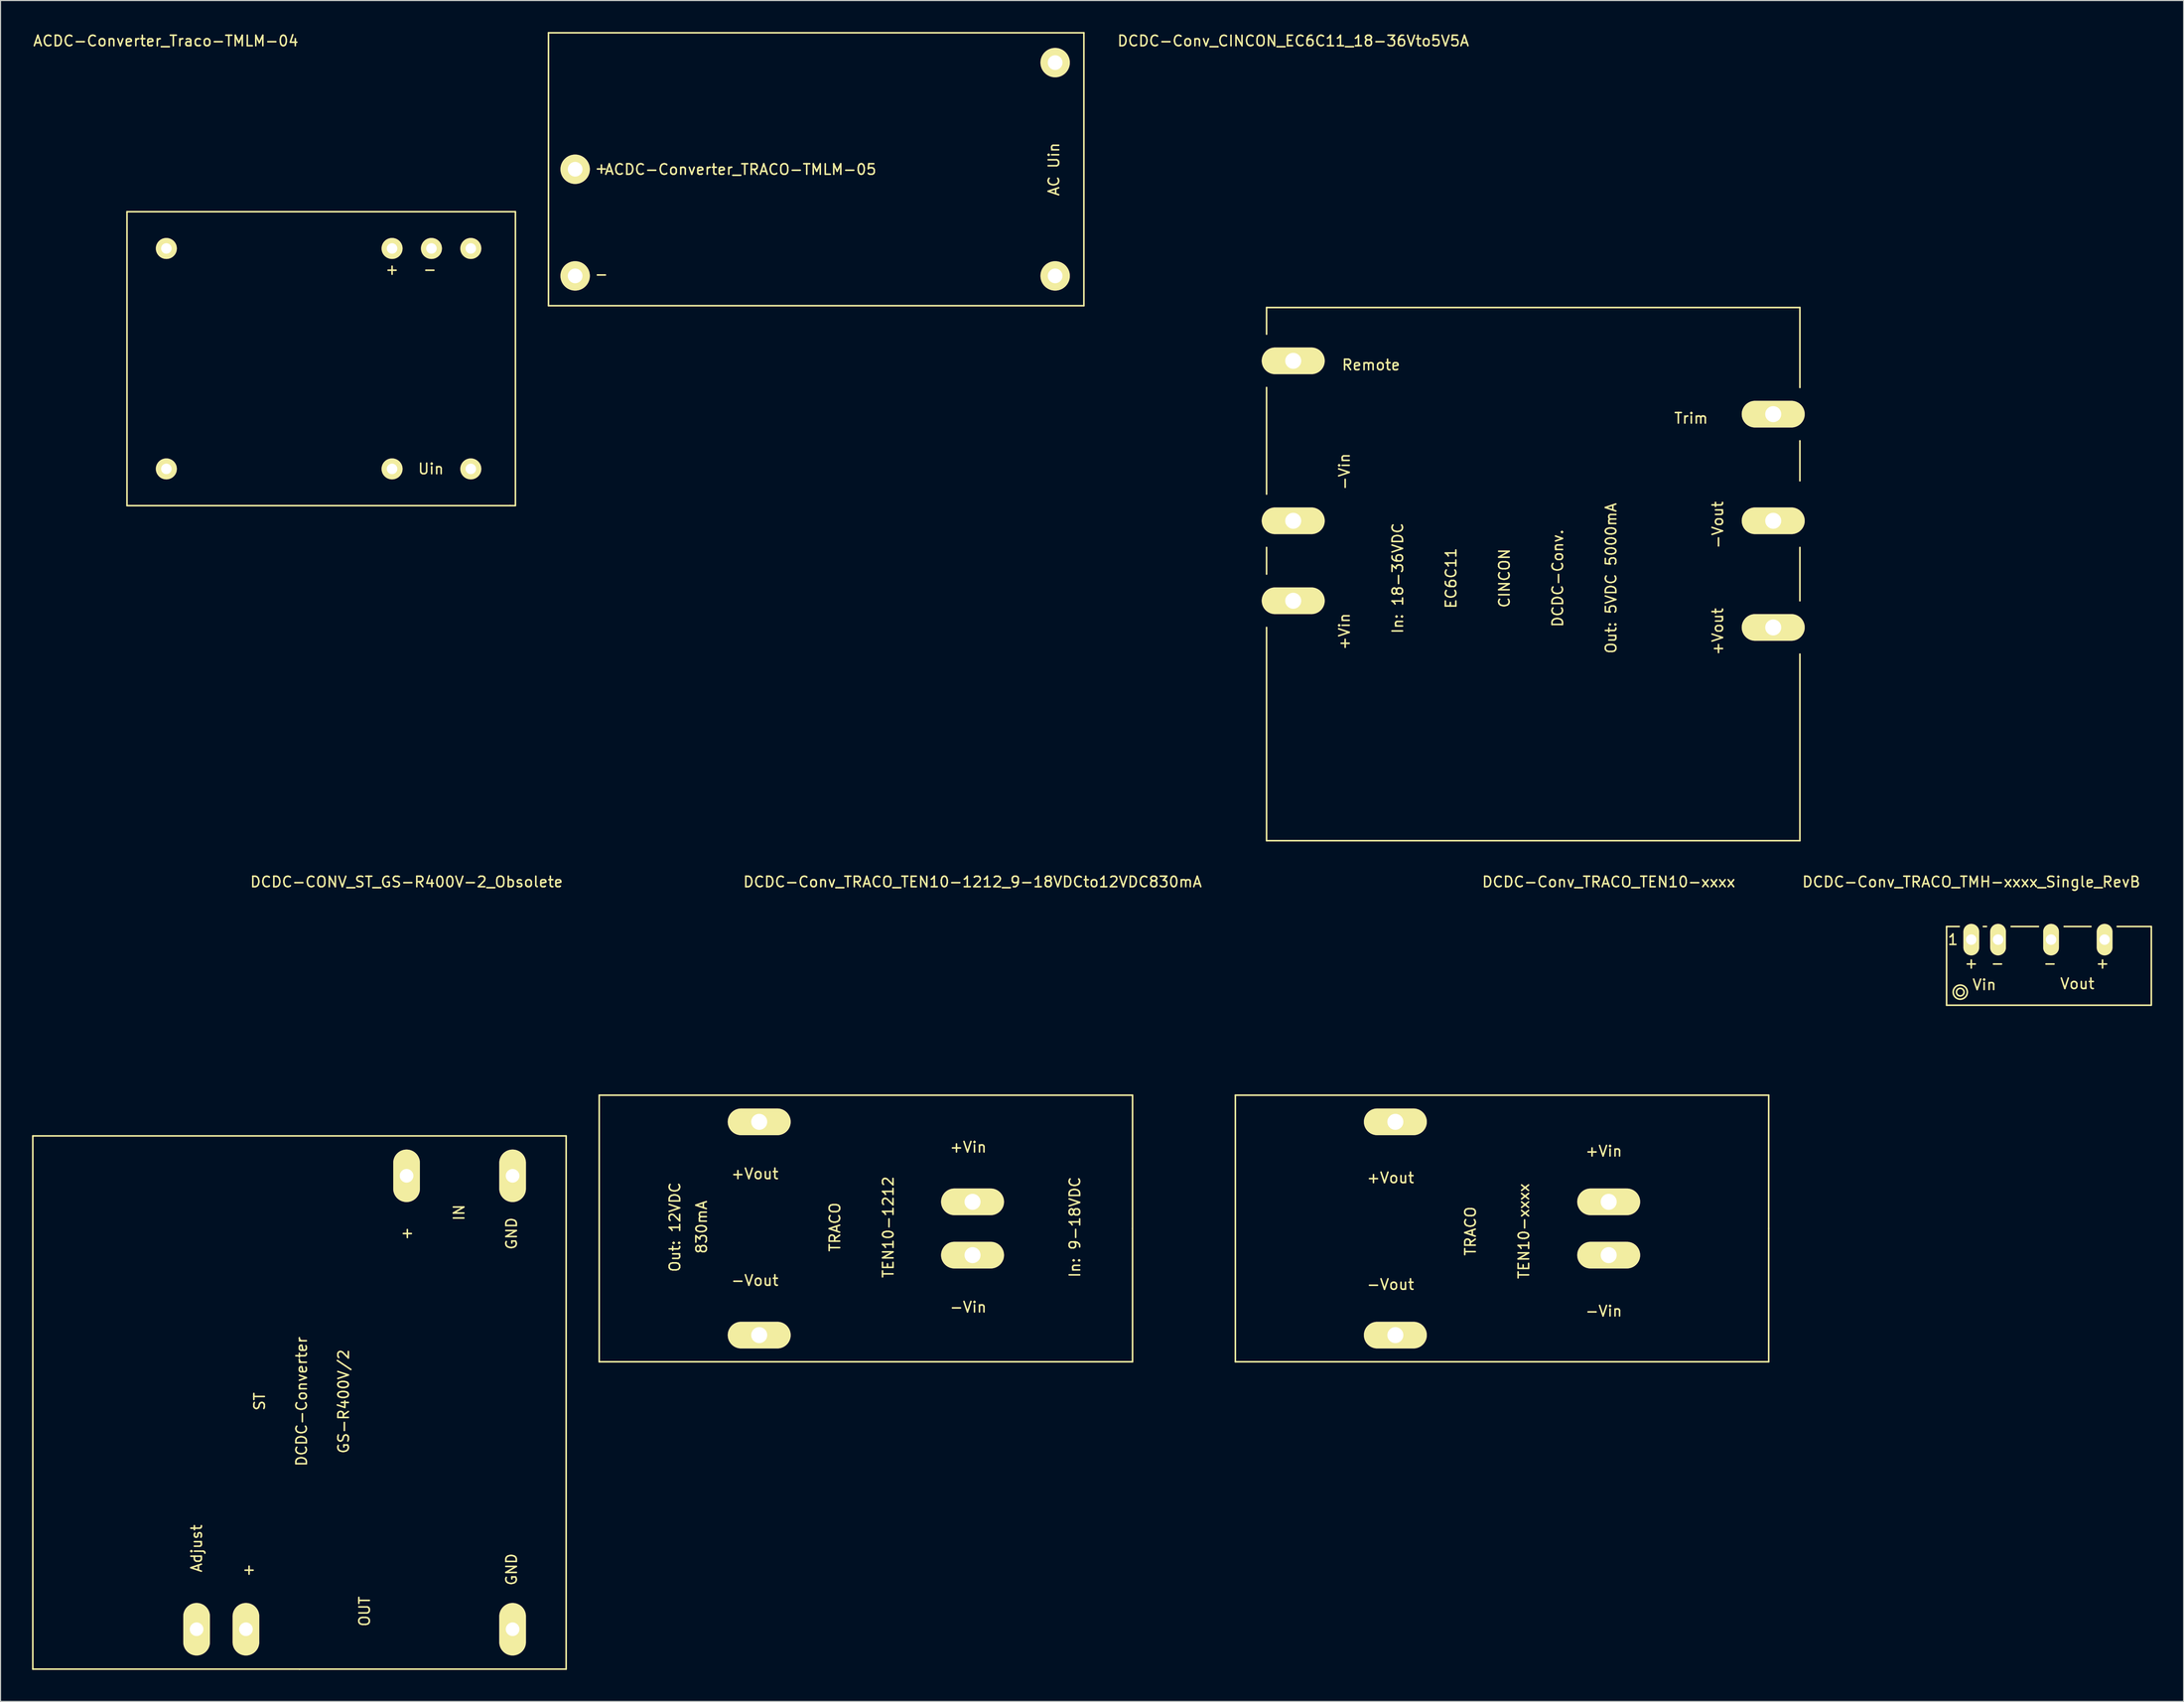
<source format=kicad_pcb>
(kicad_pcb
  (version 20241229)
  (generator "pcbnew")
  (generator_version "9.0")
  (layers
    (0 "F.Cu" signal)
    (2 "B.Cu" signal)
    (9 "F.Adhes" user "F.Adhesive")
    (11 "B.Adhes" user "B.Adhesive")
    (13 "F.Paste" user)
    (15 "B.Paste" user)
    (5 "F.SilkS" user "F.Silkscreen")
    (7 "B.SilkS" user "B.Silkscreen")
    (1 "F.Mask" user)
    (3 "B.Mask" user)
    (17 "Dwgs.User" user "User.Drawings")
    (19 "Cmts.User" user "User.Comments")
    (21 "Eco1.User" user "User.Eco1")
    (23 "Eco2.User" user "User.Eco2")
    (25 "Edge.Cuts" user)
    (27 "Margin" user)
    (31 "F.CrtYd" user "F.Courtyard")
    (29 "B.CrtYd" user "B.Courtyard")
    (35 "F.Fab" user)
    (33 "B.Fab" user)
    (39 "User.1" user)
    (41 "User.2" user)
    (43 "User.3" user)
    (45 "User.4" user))
  (footprint "DCDC-Conv_TRACO_TEN10-1212_9-18VDCto12VDC830mA"
    (layer "F.Cu")
    (at 89.585 111.451)
    (property "Reference" "DCDC-Conv_TRACO_TEN10-1212_9-18VDCto12VDC830mA" (at 0 -30.48 0) (layer "F.SilkS") (effects (font (size 1 1) (thickness 0.15))))
    (attr through_hole)
    (fp_line (start -35.56 -10.16) (end -35.56 15.24) (stroke (width 0.15) (type solid)) (layer "F.SilkS"))
    (fp_line (start -35.56 15.24) (end 15.24 15.24) (stroke (width 0.15) (type solid)) (layer "F.SilkS"))
    (fp_line (start 15.24 -10.16) (end -35.56 -10.16) (stroke (width 0.15) (type solid)) (layer "F.SilkS"))
    (fp_line (start 15.24 2.54) (end 15.24 -10.16) (stroke (width 0.15) (type solid)) (layer "F.SilkS"))
    (fp_line (start 15.24 15.24) (end 15.24 2.54) (stroke (width 0.15) (type solid)) (layer "F.SilkS"))
    (fp_text user "Out: 12VDC" (at -28.352 2.412 90) (layer "F.SilkS") (effects (font (size 1 1) (thickness 0.15))))
    (fp_text user "TEN10-1212" (at -8.032 2.412 90) (layer "F.SilkS") (effects (font (size 1 1) (thickness 0.15))))
    (fp_text user "-Vin" (at -0.412 10.032 180) (layer "F.SilkS") (effects (font (size 1 1) (thickness 0.15))))
    (fp_text user "-Vout" (at -20.732 7.492 180) (layer "F.SilkS") (effects (font (size 1 1) (thickness 0.15))))
    (fp_text user "+Vin" (at -0.412 -5.208 180) (layer "F.SilkS") (effects (font (size 1 1) (thickness 0.15))))
    (fp_text user "830mA" (at -25.812 2.412 90) (layer "F.SilkS") (effects (font (size 1 1) (thickness 0.15))))
    (fp_text user "+Vout" (at -20.732 -2.668 180) (layer "F.SilkS") (effects (font (size 1 1) (thickness 0.15))))
    (fp_text user "TRACO" (at -13.112 2.412 90) (layer "F.SilkS") (effects (font (size 1 1) (thickness 0.15))))
    (fp_text user "In: 9-18VDC" (at 9.748 2.412 90) (layer "F.SilkS") (effects (font (size 1 1) (thickness 0.15))))
    (pad "1" thru_hole oval (at 0 0) (size 5.994 2.54) (drill 1.524) (layers "*.Cu" "*.Mask" "F.SilkS"))
    (pad "2" thru_hole oval (at 0 5.08) (size 5.994 2.54) (drill 1.524) (layers "*.Cu" "*.Mask" "F.SilkS"))
    (pad "3" thru_hole oval (at -20.32 -7.62) (size 5.994 2.54) (drill 1.524) (layers "*.Cu" "*.Mask" "F.SilkS"))
    (pad "5" thru_hole oval (at -20.32 12.7) (size 5.994 2.54) (drill 1.524) (layers "*.Cu" "*.Mask" "F.SilkS")))
  (footprint "ACDC-Converter_Traco-TMLM-04"
    (layer "F.Cu")
    (at 12.795 20.622)
    (property "Reference" "ACDC-Converter_Traco-TMLM-04" (at -0.051 -19.774 0) (layer "F.SilkS") (effects (font (size 1 1) (thickness 0.15))))
    (attr through_hole)
    (fp_line (start -3.749 -3.5) (end -3.749 24.501) (stroke (width 0.15) (type solid)) (layer "F.SilkS"))
    (fp_line (start -3.749 24.501) (end 32.751 24.501) (stroke (width 0.15) (type solid)) (layer "F.SilkS"))
    (fp_line (start 32.751 24.501) (end 33.249 24.501) (stroke (width 0.15) (type solid)) (layer "F.SilkS"))
    (fp_line (start 33.249 -3.5) (end -3.749 -3.5) (stroke (width 0.15) (type solid)) (layer "F.SilkS"))
    (fp_line (start 33.249 24.501) (end 33.249 -3.5) (stroke (width 0.15) (type solid)) (layer "F.SilkS"))
    (fp_text user "+" (at 21.5 2 0) (layer "F.SilkS") (effects (font (size 1 1) (thickness 0.15))))
    (fp_text user "-" (at 25.1 2 0) (layer "F.SilkS") (effects (font (size 1 1) (thickness 0.15))))
    (fp_text user "Uin" (at 25.2 21 0) (layer "F.SilkS") (effects (font (size 1 1) (thickness 0.15))))
    (pad "1" thru_hole circle (at 0 0) (size 1.999 1.999) (drill 1.001) (layers "*.Cu" "*.Mask" "F.SilkS"))
    (pad "2" thru_hole circle (at 21.499 0) (size 1.999 1.999) (drill 1.001) (layers "*.Cu" "*.Mask" "F.SilkS"))
    (pad "3" thru_hole circle (at 25.25 0) (size 1.999 1.999) (drill 1.001) (layers "*.Cu" "*.Mask" "F.SilkS"))
    (pad "4" thru_hole circle (at 28.999 0) (size 1.999 1.999) (drill 1.001) (layers "*.Cu" "*.Mask" "F.SilkS"))
    (pad "5" thru_hole circle (at 28.999 21.001) (size 1.999 1.999) (drill 1.001) (layers "*.Cu" "*.Mask" "F.SilkS"))
    (pad "6" thru_hole circle (at 21.499 21.001) (size 1.999 1.999) (drill 1.001) (layers "*.Cu" "*.Mask" "F.SilkS"))
    (pad "7" thru_hole circle (at 0 21.001) (size 1.999 1.999) (drill 1.001) (layers "*.Cu" "*.Mask" "F.SilkS")))
  (footprint "DCDC-Conv_CINCON_EC6C11_18-36Vto5V5A"
    (layer "F.Cu")
    (at 120.13 31.328)
    (property "Reference" "DCDC-Conv_CINCON_EC6C11_18-36Vto5V5A" (at 0 -30.48 0) (layer "F.SilkS") (effects (font (size 1 1) (thickness 0.15))))
    (attr through_hole)
    (fp_line (start -2.54 -5.08) (end 48.26 -5.08) (stroke (width 0.15) (type solid)) (layer "F.SilkS"))
    (fp_line (start -2.54 -2.54) (end -2.54 -5.08) (stroke (width 0.15) (type solid)) (layer "F.SilkS"))
    (fp_line (start -2.54 12.7) (end -2.54 2.54) (stroke (width 0.15) (type solid)) (layer "F.SilkS"))
    (fp_line (start -2.54 20.32) (end -2.54 17.78) (stroke (width 0.15) (type solid)) (layer "F.SilkS"))
    (fp_line (start -2.54 45.72) (end -2.54 25.4) (stroke (width 0.15) (type solid)) (layer "F.SilkS"))
    (fp_line (start 48.26 2.54) (end 48.26 -5.08) (stroke (width 0.15) (type solid)) (layer "F.SilkS"))
    (fp_line (start 48.26 11.43) (end 48.26 7.62) (stroke (width 0.15) (type solid)) (layer "F.SilkS"))
    (fp_line (start 48.26 22.86) (end 48.26 17.78) (stroke (width 0.15) (type solid)) (layer "F.SilkS"))
    (fp_line (start 48.26 45.72) (end -2.54 45.72) (stroke (width 0.15) (type solid)) (layer "F.SilkS"))
    (fp_line (start 48.26 45.72) (end 48.26 27.94) (stroke (width 0.15) (type solid)) (layer "F.SilkS"))
    (fp_text user "-Vout" (at 40.434 15.631 270) (layer "F.SilkS") (effects (font (size 1 1) (thickness 0.15))))
    (fp_text user "+Vout" (at 40.434 25.791 270) (layer "F.SilkS") (effects (font (size 1 1) (thickness 0.15))))
    (fp_text user "In: 18-36VDC" (at 9.954 20.711 270) (layer "F.SilkS") (effects (font (size 1 1) (thickness 0.15))))
    (fp_text user "CINCON" (at 20.114 20.711 270) (layer "F.SilkS") (effects (font (size 1 1) (thickness 0.15))))
    (fp_text user "DCDC-Conv." (at 25.194 20.711 270) (layer "F.SilkS") (effects (font (size 1 1) (thickness 0.15))))
    (fp_text user "-Vin" (at 4.874 10.551 270) (layer "F.SilkS") (effects (font (size 1 1) (thickness 0.15))))
    (fp_text user "Remote" (at 7.414 0.391 0) (layer "F.SilkS") (effects (font (size 1 1) (thickness 0.15))))
    (fp_text user "+Vin" (at 4.874 25.791 270) (layer "F.SilkS") (effects (font (size 1 1) (thickness 0.15))))
    (fp_text user "EC6C11" (at 15.034 20.711 270) (layer "F.SilkS") (effects (font (size 1 1) (thickness 0.15))))
    (fp_text user "Out: 5VDC 5000mA" (at 30.274 20.711 270) (layer "F.SilkS") (effects (font (size 1 1) (thickness 0.15))))
    (fp_text user "Trim" (at 37.894 5.471 0) (layer "F.SilkS") (effects (font (size 1 1) (thickness 0.15))))
    (pad "1" thru_hole oval (at 0 0) (size 5.999 2.54) (drill 1.524) (layers "*.Cu" "*.Mask" "F.SilkS"))
    (pad "3" thru_hole oval (at 0 15.24) (size 5.999 2.54) (drill 1.524) (layers "*.Cu" "*.Mask" "F.SilkS"))
    (pad "4" thru_hole oval (at 0 22.86) (size 5.999 2.54) (drill 1.524) (layers "*.Cu" "*.Mask" "F.SilkS"))
    (pad "5" thru_hole oval (at 45.72 5.08) (size 5.999 2.54) (drill 1.524) (layers "*.Cu" "*.Mask" "F.SilkS"))
    (pad "6" thru_hole oval (at 45.72 15.24) (size 5.999 2.54) (drill 1.524) (layers "*.Cu" "*.Mask" "F.SilkS"))
    (pad "7" thru_hole oval (at 45.72 25.4) (size 5.999 2.54) (drill 1.524) (layers "*.Cu" "*.Mask" "F.SilkS")))
  (footprint "DCDC-CONV_ST_GS-R400V-2_Obsolete"
    (layer "F.Cu")
    (at 35.676 108.972)
    (property "Reference" "DCDC-CONV_ST_GS-R400V-2_Obsolete" (at 0 -28.001 0) (layer "F.SilkS") (effects (font (size 1 1) (thickness 0.15))))
    (attr through_hole)
    (fp_line (start -35.601 -3.8) (end -35.601 47) (stroke (width 0.15) (type solid)) (layer "F.SilkS"))
    (fp_line (start -35.601 47) (end -10.201 47) (stroke (width 0.15) (type solid)) (layer "F.SilkS"))
    (fp_line (start -10.201 47) (end 15.199 47) (stroke (width 0.15) (type solid)) (layer "F.SilkS"))
    (fp_line (start 15.199 -3.8) (end -35.601 -3.8) (stroke (width 0.15) (type solid)) (layer "F.SilkS"))
    (fp_line (start 15.199 47) (end 15.199 -3.8) (stroke (width 0.15) (type solid)) (layer "F.SilkS"))
    (fp_text user "GS-R400V/2" (at -6 21.5 90) (layer "F.SilkS") (effects (font (size 1 1) (thickness 0.15))))
    (fp_text user "+" (at -15.001 37.499 0) (layer "F.SilkS") (effects (font (size 1 1) (thickness 0.15))))
    (fp_text user "+" (at -0.00002 5.501 90) (layer "F.SilkS") (effects (font (size 1 1) (thickness 0.15))))
    (fp_text user "ST" (at -14.001 21.5 90) (layer "F.SilkS") (effects (font (size 1 1) (thickness 0.15))))
    (fp_text user "Adjust" (at -20 35.5 90) (layer "F.SilkS") (effects (font (size 1 1) (thickness 0.15))))
    (fp_text user "DCDC-Converter" (at -10 21.5 90) (layer "F.SilkS") (effects (font (size 1 1) (thickness 0.15))))
    (fp_text user "GND" (at 10 5.501 90) (layer "F.SilkS") (effects (font (size 1 1) (thickness 0.15))))
    (fp_text user "OUT" (at -4.001 41.5 90) (layer "F.SilkS") (effects (font (size 1 1) (thickness 0.15))))
    (fp_text user "GND" (at 10 37.499 90) (layer "F.SilkS") (effects (font (size 1 1) (thickness 0.15))))
    (fp_text user "IN" (at 5.001 3.499 90) (layer "F.SilkS") (effects (font (size 1 1) (thickness 0.15))))
    (pad "1" thru_hole oval (at 0 0) (size 2.54 5.001) (drill 1.3) (layers "*.Cu" "*.Mask" "F.SilkS"))
    (pad "2" thru_hole oval (at 10.099 0) (size 2.54 5.001) (drill 1.3) (layers "*.Cu" "*.Mask" "F.SilkS"))
    (pad "3" thru_hole oval (at 10.099 43.2) (size 2.54 5.001) (drill 1.3) (layers "*.Cu" "*.Mask" "F.SilkS"))
    (pad "4" thru_hole oval (at -15.301 43.2) (size 2.54 5.001) (drill 1.3) (layers "*.Cu" "*.Mask" "F.SilkS"))
    (pad "5" thru_hole oval (at -20 43.2) (size 2.54 5.001) (drill 1.3) (layers "*.Cu" "*.Mask" "F.SilkS")))
  (footprint "DCDC-Conv_TRACO_TEN10-xxxx"
    (layer "F.Cu")
    (at 150.178 111.451)
    (property "Reference" "DCDC-Conv_TRACO_TEN10-xxxx" (at 0 -30.48 0) (layer "F.SilkS") (effects (font (size 1 1) (thickness 0.15))))
    (attr through_hole)
    (fp_line (start -35.56 -10.16) (end -35.56 15.24) (stroke (width 0.15) (type solid)) (layer "F.SilkS"))
    (fp_line (start -35.56 15.24) (end 15.24 15.24) (stroke (width 0.15) (type solid)) (layer "F.SilkS"))
    (fp_line (start 15.24 -10.16) (end -35.56 -10.16) (stroke (width 0.15) (type solid)) (layer "F.SilkS"))
    (fp_line (start 15.24 2.54) (end 15.24 -10.16) (stroke (width 0.15) (type solid)) (layer "F.SilkS"))
    (fp_line (start 15.24 15.24) (end 15.24 2.54) (stroke (width 0.15) (type solid)) (layer "F.SilkS"))
    (fp_text user "-Vout" (at -20.785 7.874 180) (layer "F.SilkS") (effects (font (size 1 1) (thickness 0.15))))
    (fp_text user "+Vout" (at -20.785 -2.286 180) (layer "F.SilkS") (effects (font (size 1 1) (thickness 0.15))))
    (fp_text user "TEN10-xxxx" (at -8.085 2.794 90) (layer "F.SilkS") (effects (font (size 1 1) (thickness 0.15))))
    (fp_text user "+Vin" (at -0.465 -4.826 180) (layer "F.SilkS") (effects (font (size 1 1) (thickness 0.15))))
    (fp_text user "-Vin" (at -0.465 10.414 180) (layer "F.SilkS") (effects (font (size 1 1) (thickness 0.15))))
    (fp_text user "TRACO" (at -13.165 2.794 90) (layer "F.SilkS") (effects (font (size 1 1) (thickness 0.15))))
    (pad "1" thru_hole oval (at 0 0) (size 5.994 2.54) (drill 1.524) (layers "*.Cu" "*.Mask" "F.SilkS"))
    (pad "2" thru_hole oval (at 0 5.08) (size 5.994 2.54) (drill 1.524) (layers "*.Cu" "*.Mask" "F.SilkS"))
    (pad "3" thru_hole oval (at -20.32 -7.62) (size 5.994 2.54) (drill 1.524) (layers "*.Cu" "*.Mask" "F.SilkS"))
    (pad "5" thru_hole oval (at -20.32 12.7) (size 5.994 2.54) (drill 1.524) (layers "*.Cu" "*.Mask" "F.SilkS")))
  (footprint "ACDC-Converter_TRACO-TMLM-05"
    (layer "F.Cu")
    (at 51.733 13.075)
    (property "Reference" "ACDC-Converter_TRACO-TMLM-05" (at 15.751 0.02 0) (layer "F.SilkS") (effects (font (size 1 1) (thickness 0.15))))
    (attr through_hole)
    (fp_line (start -2.54 -13) (end 48.458 -13) (stroke (width 0.15) (type solid)) (layer "F.SilkS"))
    (fp_line (start -2.54 13) (end -2.54 -13) (stroke (width 0.15) (type solid)) (layer "F.SilkS"))
    (fp_line (start 48.458 -13) (end 48.458 13) (stroke (width 0.15) (type solid)) (layer "F.SilkS"))
    (fp_line (start 48.458 13) (end -2.54 13) (stroke (width 0.15) (type solid)) (layer "F.SilkS"))
    (fp_text user "AC Uin" (at 45.6 0 90) (layer "F.SilkS") (effects (font (size 1 1) (thickness 0.15))))
    (fp_text user "-" (at 2.5 10 0) (layer "F.SilkS") (effects (font (size 1 1) (thickness 0.15))))
    (fp_text user "+" (at 2.5 -0.1 0) (layer "F.SilkS") (effects (font (size 1 1) (thickness 0.15))))
    (pad "1" thru_hole circle (at 0 0) (size 2.799 2.799) (drill 1.4) (layers "*.Cu" "*.Mask" "F.SilkS"))
    (pad "2" thru_hole circle (at 0 10.16) (size 2.799 2.799) (drill 1.4) (layers "*.Cu" "*.Mask" "F.SilkS"))
    (pad "3" thru_hole circle (at 45.72 10.16) (size 2.799 2.799) (drill 1.4) (layers "*.Cu" "*.Mask" "F.SilkS"))
    (pad "4" thru_hole circle (at 45.72 -10.16) (size 2.799 2.799) (drill 1.4) (layers "*.Cu" "*.Mask" "F.SilkS")))
  (footprint "DCDC-Conv_TRACO_TMH-xxxx_Single_RevB"
    (layer "F.Cu")
    (at 184.714 86.471)
    (property "Reference" "DCDC-Conv_TRACO_TMH-xxxx_Single_RevB" (at 0 -5.499 0) (layer "F.SilkS") (effects (font (size 1 1) (thickness 0.15))))
    (attr through_hole)
    (fp_line (start -2.352 -1.25) (end -2.352 6.248) (stroke (width 0.15) (type solid)) (layer "F.SilkS"))
    (fp_line (start -2.352 6.248) (end 17.099 6.248) (stroke (width 0.15) (type solid)) (layer "F.SilkS"))
    (fp_line (start -1.151 -1.25) (end -2.352 -1.25) (stroke (width 0.15) (type solid)) (layer "F.SilkS"))
    (fp_line (start 1.448 -1.25) (end 1.148 -1.25) (stroke (width 0.15) (type solid)) (layer "F.SilkS"))
    (fp_line (start 6.398 -1.25) (end 3.8 -1.25) (stroke (width 0.15) (type solid)) (layer "F.SilkS"))
    (fp_line (start 11.399 -1.25) (end 8.849 -1.25) (stroke (width 0.15) (type solid)) (layer "F.SilkS"))
    (fp_line (start 17.15 -1.25) (end 13.899 -1.25) (stroke (width 0.15) (type solid)) (layer "F.SilkS"))
    (fp_line (start 17.15 6.248) (end 17.15 -1.25) (stroke (width 0.15) (type solid)) (layer "F.SilkS"))
    (fp_circle (center -1.05 5.001) (end -0.951 5.349) (stroke (width 0.15) (type solid)) (fill no) (layer "F.SilkS"))
    (fp_circle (center -1.05 5.001) (end -0.549 5.45) (stroke (width 0.15) (type solid)) (fill no) (layer "F.SilkS"))
    (fp_text user "1" (at -1.75 0 0) (layer "F.SilkS") (effects (font (size 1 1) (thickness 0.15))))
    (fp_text user "Vin" (at 1.249 4.3 0) (layer "F.SilkS") (effects (font (size 1 1) (thickness 0.15))))
    (fp_text user "+" (at 12.501 2.25 0) (layer "F.SilkS") (effects (font (size 1 1) (thickness 0.15))))
    (fp_text user "-" (at 7.5 2.25 0) (layer "F.SilkS") (effects (font (size 1 1) (thickness 0.15))))
    (fp_text user "+" (at -0.001 2.25 0) (layer "F.SilkS") (effects (font (size 1 1) (thickness 0.15))))
    (fp_text user "-" (at 2.499 2.25 0) (layer "F.SilkS") (effects (font (size 1 1) (thickness 0.15))))
    (fp_text user "Vout" (at 10.101 4.201 0) (layer "F.SilkS") (effects (font (size 1 1) (thickness 0.15))))
    (pad "1" thru_hole oval (at 0 0) (size 1.501 3) (drill 1.001) (layers "*.Cu" "*.Mask" "F.SilkS"))
    (pad "2" thru_hole oval (at 2.55 0) (size 1.501 3) (drill 1.001) (layers "*.Cu" "*.Mask" "F.SilkS"))
    (pad "4" thru_hole oval (at 7.6 0) (size 1.501 3) (drill 1.001) (layers "*.Cu" "*.Mask" "F.SilkS"))
    (pad "6" thru_hole oval (at 12.7 0) (size 1.501 3) (drill 1.001) (layers "*.Cu" "*.Mask" "F.SilkS")))
  (gr_rect
    (start -3 -3)
    (end 204.939 159.048)
    (stroke (width 0.1) (type default))
    (fill no)
    (layer "Edge.Cuts")))
</source>
